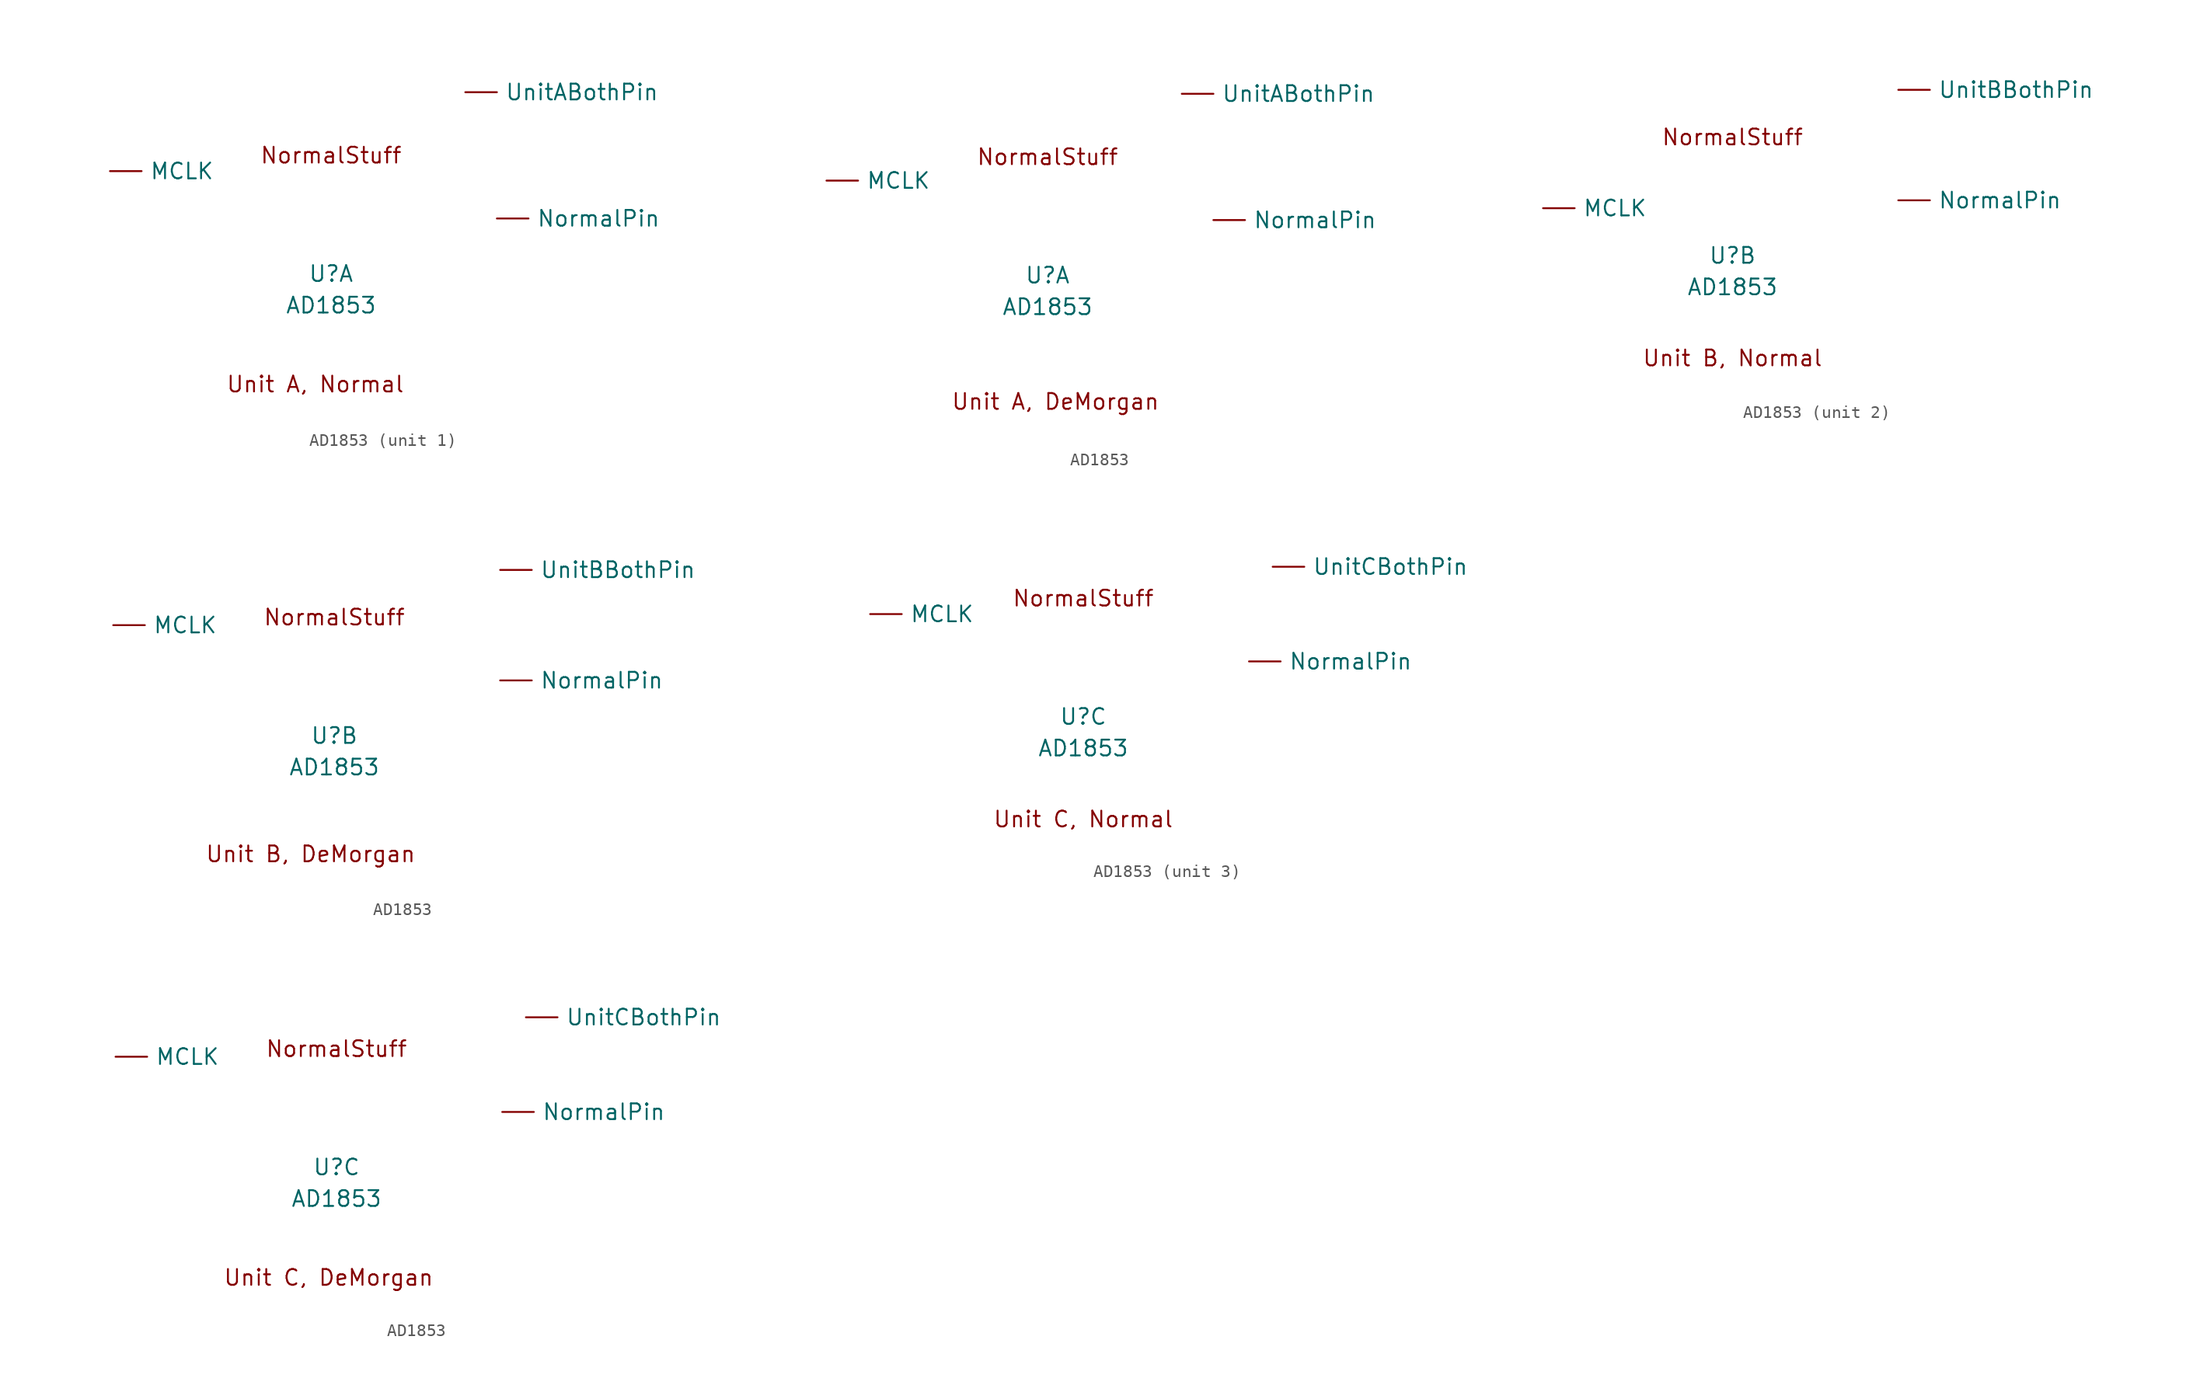
<source format=kicad_sym>
(kicad_symbol_lib
  (version 20211014)
  (generator kicad_symbol_editor)
  (symbol "AD1853"
    (power)
    (pin_numbers hide)
    (pin_names
      (offset 0.635))
    (property "Reference" "U"
      (at 0 9.525 0)
      (effects (font (size 1.27 1.27))))
    (property "Value" "AD1853"
      (at 0 6.985 0)
      (effects (font (size 1.27 1.27))))
    (property "ki_locked" ""
      (at 0 0 0)
      (effects (font (size 1.27 1.27))))
    (symbol "AD1853_0_0"
      (text "NormalStuff" (at 0 19.05 0) (effects (font (size 1.27 1.27))))
      (pin input line (at 13.335 13.97 0) (length 2.54) (name "NormalPin" (effects (font (size 1.27 1.27)))) (number "123" (effects (font (size 1.27 1.27))))))
    (symbol "AD1853_1_0"
      (pin input line (at 10.795 24.13 0) (length 2.54) (name "UnitABothPin" (effects (font (size 1.27 1.27)))) (number "123" (effects (font (size 1.27 1.27))))))
    (symbol "AD1853_1_1"
      (text "Unit A, Normal" (at -1.27 0.635 0) (effects (font (size 1.27 1.27))))
      (pin input line (at -17.78 17.78 0) (length 2.54) (name "MCLK" (effects (font (size 1.27 1.27)))) (number "2" (effects (font (size 1.27 1.27))))))
    (symbol "AD1853_1_2"
      (text "Unit A, DeMorgan" (at 0.635 -0.635 0) (effects (font (size 1.27 1.27))))
      (pin input line (at -17.78 17.145 0) (length 2.54) (name "MCLK" (effects (font (size 1.27 1.27)))) (number "2" (effects (font (size 1.27 1.27))))))
    (symbol "AD1853_2_0"
      (pin input line (at 13.335 22.86 0) (length 2.54) (name "UnitBBothPin" (effects (font (size 1.27 1.27)))) (number "123" (effects (font (size 1.27 1.27))))))
    (symbol "AD1853_2_1"
      (text "Unit B, Normal" (at 0 1.27 0) (effects (font (size 1.27 1.27))))
      (pin input line (at -15.24 13.335 0) (length 2.54) (name "MCLK" (effects (font (size 1.27 1.27)))) (number "2" (effects (font (size 1.27 1.27))))))
    (symbol "AD1853_2_2"
      (text "Unit B, DeMorgan" (at -1.905 0 0) (effects (font (size 1.27 1.27))))
      (pin input line (at -17.78 18.415 0) (length 2.54) (name "MCLK" (effects (font (size 1.27 1.27)))) (number "2" (effects (font (size 1.27 1.27))))))
    (symbol "AD1853_3_0"
      (pin input line (at 15.24 21.59 0) (length 2.54) (name "UnitCBothPin" (effects (font (size 1.27 1.27)))) (number "123" (effects (font (size 1.27 1.27))))))
    (symbol "AD1853_3_1"
      (text "Unit C, Normal" (at 0 1.27 0) (effects (font (size 1.27 1.27))))
      (pin input line (at -17.145 17.78 0) (length 2.54) (name "MCLK" (effects (font (size 1.27 1.27)))) (number "2" (effects (font (size 1.27 1.27))))))
    (symbol "AD1853_3_2"
      (text "Unit C, DeMorgan" (at -0.635 0.635 0) (effects (font (size 1.27 1.27))))
      (pin input line (at -17.78 18.415 0) (length 2.54) (name "MCLK" (effects (font (size 1.27 1.27)))) (number "2" (effects (font (size 1.27 1.27))))))))
</source>
